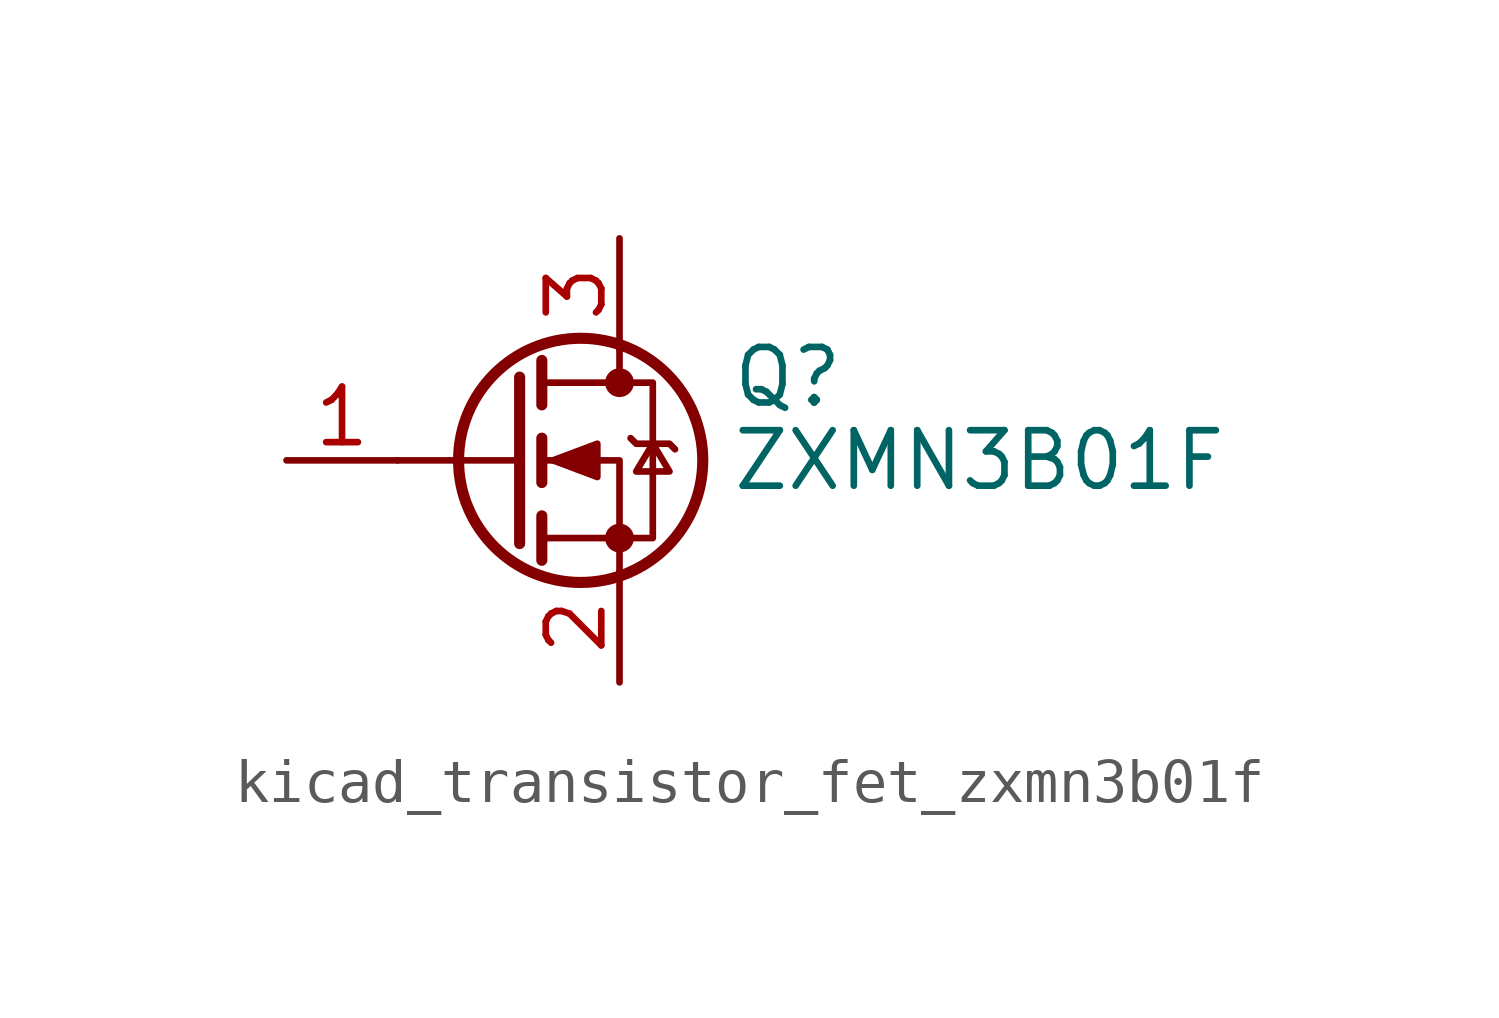
<source format=kicad_sym>
(kicad_symbol_lib
  (version 20220914)
  (generator kicad_symbol_editor)
  (symbol "kicad_transistor_fet_zxmn3b01f"
    (pin_names hide)
    (property "Reference" "Q"
      (at 5.08 1.905 0)
      (effects (font (size 1.27 1.27)) (justify left)))
    (property "Value" "ZXMN3B01F"
      (at 5.08 0 0)
      (effects (font (size 1.27 1.27)) (justify left)))
    (symbol "kicad_transistor_fet_zxmn3b01f_0_1"
      (polyline (pts (xy 0.254 0) (xy -2.54 0)) (stroke (width 0) (type default)) (fill (type none)))
      (polyline (pts (xy 0.254 1.905) (xy 0.254 -1.905)) (stroke (width 0.254) (type default)) (fill (type none)))
      (polyline (pts (xy 0.762 -1.27) (xy 0.762 -2.286)) (stroke (width 0.254) (type default)) (fill (type none)))
      (polyline (pts (xy 0.762 0.508) (xy 0.762 -0.508)) (stroke (width 0.254) (type default)) (fill (type none)))
      (polyline (pts (xy 0.762 2.286) (xy 0.762 1.27)) (stroke (width 0.254) (type default)) (fill (type none)))
      (polyline (pts (xy 2.54 2.54) (xy 2.54 1.778)) (stroke (width 0) (type default)) (fill (type none)))
      (polyline (pts (xy 2.54 -2.54) (xy 2.54 0) (xy 0.762 0)) (stroke (width 0) (type default)) (fill (type none)))
      (polyline (pts (xy 0.762 -1.778) (xy 3.302 -1.778) (xy 3.302 1.778) (xy 0.762 1.778)) (stroke (width 0) (type default)) (fill (type none)))
      (polyline (pts (xy 1.016 0) (xy 2.032 0.381) (xy 2.032 -0.381) (xy 1.016 0)) (stroke (width 0) (type default)) (fill (type outline)))
      (polyline (pts (xy 2.794 0.508) (xy 2.921 0.381) (xy 3.683 0.381) (xy 3.81 0.254)) (stroke (width 0) (type default)) (fill (type none)))
      (polyline (pts (xy 3.302 0.381) (xy 2.921 -0.254) (xy 3.683 -0.254) (xy 3.302 0.381)) (stroke (width 0) (type default)) (fill (type none)))
      (circle (center 1.651 0) (radius 2.794) (stroke (width 0.254) (type default)) (fill (type none)))
      (circle (center 2.54 -1.778) (radius 0.254) (stroke (width 0) (type default)) (fill (type outline)))
      (circle (center 2.54 1.778) (radius 0.254) (stroke (width 0) (type default)) (fill (type outline))))
    (symbol "kicad_transistor_fet_zxmn3b01f_1_1"
      (pin input line (at -5.08 0 0) (length 2.54) (name "G" (effects (font (size 1.27 1.27)))) (number "1" (effects (font (size 1.27 1.27)))))
      (pin passive line (at 2.54 -5.08 90) (length 2.54) (name "S" (effects (font (size 1.27 1.27)))) (number "2" (effects (font (size 1.27 1.27)))))
      (pin passive line (at 2.54 5.08 270) (length 2.54) (name "D" (effects (font (size 1.27 1.27)))) (number "3" (effects (font (size 1.27 1.27))))))))
</source>
